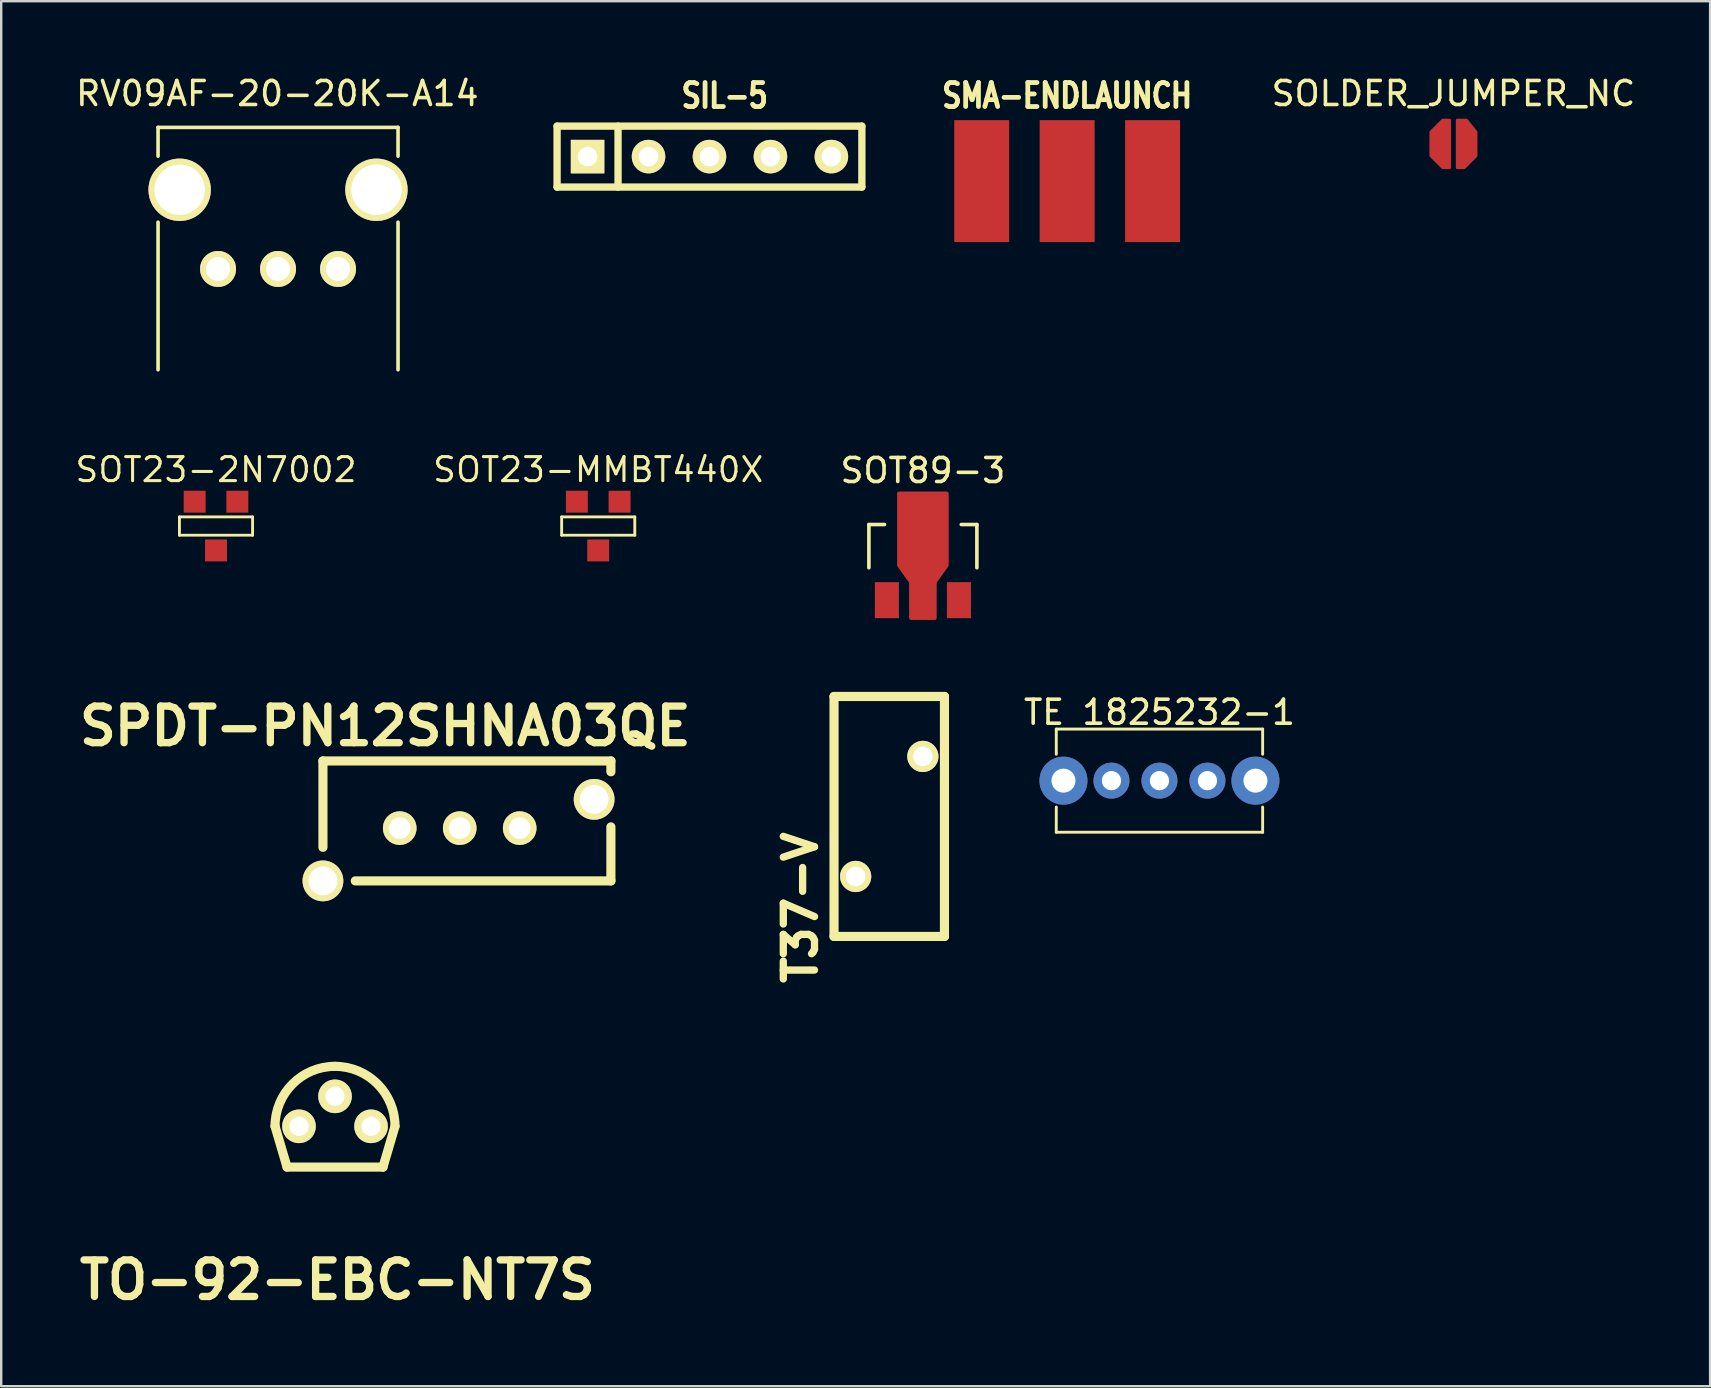
<source format=kicad_pcb>
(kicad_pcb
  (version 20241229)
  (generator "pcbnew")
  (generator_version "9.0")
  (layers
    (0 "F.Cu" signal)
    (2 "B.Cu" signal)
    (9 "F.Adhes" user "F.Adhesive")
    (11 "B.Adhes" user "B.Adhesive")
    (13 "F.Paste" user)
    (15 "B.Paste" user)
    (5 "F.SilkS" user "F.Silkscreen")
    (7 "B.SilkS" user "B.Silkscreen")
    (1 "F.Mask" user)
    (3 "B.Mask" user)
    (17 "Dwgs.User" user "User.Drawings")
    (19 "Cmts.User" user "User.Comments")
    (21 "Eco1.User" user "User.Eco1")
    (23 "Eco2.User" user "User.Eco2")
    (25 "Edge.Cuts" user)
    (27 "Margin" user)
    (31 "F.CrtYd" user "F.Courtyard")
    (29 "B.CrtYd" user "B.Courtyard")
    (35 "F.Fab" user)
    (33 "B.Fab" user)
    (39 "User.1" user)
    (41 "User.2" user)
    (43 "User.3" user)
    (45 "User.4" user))
  (footprint "SOLDER_JUMPER_NC"
    (layer "F.Cu")
    (at 57.515 2.948)
    (property "Reference" "SOLDER_JUMPER_NC" (at 0 -2.1 0) (layer "F.SilkS") (effects (font (size 1 1) (thickness 0.15))))
    (attr through_hole)
    (pad "1" smd custom (at -0.32 0) (size 0.3 0.3) (layers "F.Cu" "F.Mask") (options (anchor rect)) (primitives (gr_poly (pts (xy 0.17 1) (xy -0.13 1) (xy -0.63 0.5) (xy -0.63 -0.5) (xy -0.13 -1) (xy 0.17 -1)) (width 0.1) (fill yes))))
    (pad "2" smd custom (at 0.32 0) (size 0.3 0.3) (layers "F.Cu" "F.Mask") (options (anchor rect)) (primitives (gr_poly (pts (xy 0.63 -0.5) (xy 0.63 0.5) (xy 0.13 1) (xy -0.17 1) (xy -0.17 -1) (xy 0.23 -1)) (width 0.1) (fill yes)))))
  (footprint "TO-92-EBC-NT7S"
    (layer "F.Cu")
    (at 10.91 43.884)
    (property "Reference" "TO-92-EBC-NT7S" (at 0.099 6.401 0) (layer "F.SilkS") (effects (font (size 1.524 1.524) (thickness 0.305))))
    (attr through_hole)
    (fp_line (start -1.999 1.699) (end -2.499 0) (stroke (width 0.381) (type solid)) (layer "F.SilkS"))
    (fp_line (start -1.999 1.699) (end 1.999 1.699) (stroke (width 0.381) (type solid)) (layer "F.SilkS"))
    (fp_line (start 1.999 1.699) (end 2.499 0) (stroke (width 0.381) (type solid)) (layer "F.SilkS"))
    (fp_arc (start -2.49936 0) (mid -1.767314 -1.767314) (end 0 -2.49936) (stroke (width 0.381) (type solid)) (layer "F.SilkS"))
    (fp_arc (start 0 -2.49936) (mid 1.767314 -1.767314) (end 2.49936 0) (stroke (width 0.381) (type solid)) (layer "F.SilkS"))
    (pad "1" thru_hole circle (at -1.501 0) (size 1.4 1.4) (drill 0.8) (layers "*.Cu" "*.Mask" "F.SilkS"))
    (pad "2" thru_hole circle (at 0 -1.25) (size 1.4 1.4) (drill 0.8) (layers "*.Cu" "*.Mask" "F.SilkS"))
    (pad "3" thru_hole circle (at 1.501 0) (size 1.4 1.4) (drill 0.8) (layers "*.Cu" "*.Mask" "F.SilkS")))
  (footprint "T37-V"
    (layer "F.Cu")
    (at 34.005 35.972)
    (property "Reference" "T37-V" (at -3.7 -1.2 90) (layer "F.SilkS") (effects (font (size 1.3 1.3) (thickness 0.305))))
    (attr through_hole)
    (fp_line (start -2.301 -10) (end -2.301 0) (stroke (width 0.381) (type solid)) (layer "F.SilkS"))
    (fp_line (start -2.301 0) (end 2.301 0) (stroke (width 0.381) (type solid)) (layer "F.SilkS"))
    (fp_line (start 2.301 -10) (end -2.301 -10) (stroke (width 0.381) (type solid)) (layer "F.SilkS"))
    (fp_line (start 2.301 0) (end 2.301 -10) (stroke (width 0.381) (type solid)) (layer "F.SilkS"))
    (pad "1" thru_hole circle (at -1.4 -2.499) (size 1.3 1.3) (drill 0.813) (layers "*.Cu" "*.Mask" "F.SilkS"))
    (pad "2" thru_hole circle (at 1.4 -7.501) (size 1.3 1.3) (drill 0.813) (layers "*.Cu" "*.Mask" "F.SilkS")))
  (footprint "SIL-5"
    (layer "F.Cu")
    (at 27.784 3.476)
    (property "Reference" "SIL-5" (at -0.635 -2.54 0) (layer "F.SilkS") (effects (font (size 1 0.8) (thickness 0.2))))
    (attr through_hole)
    (fp_line (start -7.62 -1.27) (end 5.08 -1.27) (stroke (width 0.305) (type solid)) (layer "F.SilkS"))
    (fp_line (start -7.62 1.27) (end -7.62 -1.27) (stroke (width 0.305) (type solid)) (layer "F.SilkS"))
    (fp_line (start -5.08 1.27) (end -5.08 -1.27) (stroke (width 0.305) (type solid)) (layer "F.SilkS"))
    (fp_line (start 5.08 -1.27) (end 5.08 1.27) (stroke (width 0.305) (type solid)) (layer "F.SilkS"))
    (fp_line (start 5.08 1.27) (end -7.62 1.27) (stroke (width 0.305) (type solid)) (layer "F.SilkS"))
    (pad "1" thru_hole rect (at -6.35 0) (size 1.397 1.397) (drill 0.813) (layers "*.Cu" "*.Mask" "F.SilkS"))
    (pad "2" thru_hole circle (at -3.81 0) (size 1.397 1.397) (drill 0.813) (layers "*.Cu" "*.Mask" "F.SilkS"))
    (pad "3" thru_hole circle (at -1.27 0) (size 1.397 1.397) (drill 0.813) (layers "*.Cu" "*.Mask" "F.SilkS"))
    (pad "4" thru_hole circle (at 1.27 0) (size 1.397 1.397) (drill 0.813) (layers "*.Cu" "*.Mask" "F.SilkS"))
    (pad "5" thru_hole circle (at 3.81 0) (size 1.397 1.397) (drill 0.813) (layers "*.Cu" "*.Mask" "F.SilkS")))
  (footprint "SMA-ENDLAUNCH"
    (layer "F.Cu")
    (at 41.418 7.036)
    (property "Reference" "SMA-ENDLAUNCH" (at 0 -6.1 0) (layer "F.SilkS") (effects (font (size 1 0.8) (thickness 0.2))))
    (attr through_hole)
    (pad "1" smd rect (at 0 -2.54) (size 2.29 5.08) (layers "F.Cu" "F.Mask" "F.Paste"))
    (pad "2" smd rect (at -3.56 -2.54) (size 2.29 5.08) (layers "F.Cu" "F.Mask" "F.Paste"))
    (pad "2" smd rect (at 3.56 -2.54) (size 2.29 5.08) (layers "F.Cu" "F.Mask" "F.Paste")))
  (footprint "SOT23-MMBT440X"
    (layer "F.Cu")
    (at 21.878 18.871)
    (property "Reference" "SOT23-MMBT440X" (at 0 -2.35 0) (layer "F.SilkS") (effects (font (size 1 1) (thickness 0.13))))
    (attr smd)
    (fp_line (start -1.524 -0.381) (end 1.524 -0.381) (stroke (width 0.119) (type solid)) (layer "F.SilkS"))
    (fp_line (start -1.524 0.381) (end -1.524 -0.381) (stroke (width 0.119) (type solid)) (layer "F.SilkS"))
    (fp_line (start 1.524 -0.381) (end 1.524 0.381) (stroke (width 0.119) (type solid)) (layer "F.SilkS"))
    (fp_line (start 1.524 0.381) (end -1.524 0.381) (stroke (width 0.119) (type solid)) (layer "F.SilkS"))
    (pad "1" smd rect (at -0.889 -1.016) (size 0.914 0.914) (layers "F.Cu" "F.Mask" "F.Paste"))
    (pad "2" smd rect (at 0.889 -1.016) (size 0.914 0.914) (layers "F.Cu" "F.Mask" "F.Paste"))
    (pad "3" smd rect (at 0 1.016) (size 0.914 0.914) (layers "F.Cu" "F.Mask" "F.Paste")))
  (footprint "TE 1825232-1"
    (layer "F.Cu")
    (at 45.265 29.48)
    (property "Reference" "TE 1825232-1" (at 0 -2.85 0) (layer "F.SilkS") (effects (font (size 1 1) (thickness 0.15))))
    (attr through_hole)
    (fp_line (start -4.3 -2.15) (end -4.3 -1.1) (stroke (width 0.12) (type solid)) (layer "F.SilkS"))
    (fp_line (start -4.3 -2.15) (end 4.3 -2.15) (stroke (width 0.12) (type solid)) (layer "F.SilkS"))
    (fp_line (start -4.3 2.15) (end -4.3 1.1) (stroke (width 0.12) (type solid)) (layer "F.SilkS"))
    (fp_line (start -4.3 2.15) (end 4.3 2.15) (stroke (width 0.12) (type solid)) (layer "F.SilkS"))
    (fp_line (start 4.3 -2.15) (end 4.3 -1.1) (stroke (width 0.12) (type solid)) (layer "F.SilkS"))
    (fp_line (start 4.3 2.15) (end 4.3 1.1) (stroke (width 0.12) (type solid)) (layer "F.SilkS"))
    (pad "" thru_hole circle (at -4 0) (size 2 2) (drill 1) (layers "*.Cu" "*.Mask"))
    (pad "" thru_hole circle (at 4 0) (size 2 2) (drill 1) (layers "*.Cu" "*.Mask"))
    (pad "1" thru_hole circle (at 0 0) (size 1.5 1.5) (drill 0.8) (layers "*.Cu" "*.Mask"))
    (pad "2" thru_hole circle (at -2 0) (size 1.5 1.5) (drill 0.8) (layers "*.Cu" "*.Mask"))
    (pad "3" thru_hole circle (at 2 0) (size 1.5 1.5) (drill 0.8) (layers "*.Cu" "*.Mask")))
  (footprint "RV09AF-20-20K-A14"
    (layer "F.Cu")
    (at 8.536 12.458)
    (property "Reference" "RV09AF-20-20K-A14" (at -0.03 -11.61 0) (layer "F.SilkS") (effects (font (size 1 1) (thickness 0.15))))
    (attr through_hole)
    (fp_line (start -5 -10.2) (end 5 -10.2) (stroke (width 0.15) (type solid)) (layer "F.SilkS"))
    (fp_line (start -5 -9) (end -5 -10.2) (stroke (width 0.15) (type solid)) (layer "F.SilkS"))
    (fp_line (start -5 -0.1) (end -5 -6.25) (stroke (width 0.15) (type solid)) (layer "F.SilkS"))
    (fp_line (start 5 -10.2) (end 5 -9) (stroke (width 0.15) (type solid)) (layer "F.SilkS"))
    (fp_line (start 5 -0.1) (end 5 -6.25) (stroke (width 0.15) (type solid)) (layer "F.SilkS"))
    (pad "" np_thru_hole circle (at -4.1 -7.6) (size 2.6 2.6) (drill 2.1) (layers "*.Cu" "*.Mask" "F.SilkS"))
    (pad "" np_thru_hole circle (at 4.1 -7.6) (size 2.6 2.6) (drill 2.1) (layers "*.Cu" "*.Mask" "F.SilkS"))
    (pad "1" thru_hole circle (at 2.5 -4.3) (size 1.5 1.5) (drill 1) (layers "*.Cu" "*.Mask" "F.SilkS"))
    (pad "2" thru_hole circle (at 0 -4.3) (size 1.5 1.5) (drill 1) (layers "*.Cu" "*.Mask" "F.SilkS"))
    (pad "3" thru_hole circle (at -2.5 -4.3) (size 1.5 1.5) (drill 1) (layers "*.Cu" "*.Mask" "F.SilkS")))
  (footprint "SOT23-2N7002"
    (layer "F.Cu")
    (at 5.951 18.871)
    (property "Reference" "SOT23-2N7002" (at 0 -2.35 0) (layer "F.SilkS") (effects (font (size 1 1) (thickness 0.13))))
    (attr smd)
    (fp_line (start -1.524 -0.381) (end 1.524 -0.381) (stroke (width 0.119) (type solid)) (layer "F.SilkS"))
    (fp_line (start -1.524 0.381) (end -1.524 -0.381) (stroke (width 0.119) (type solid)) (layer "F.SilkS"))
    (fp_line (start 1.524 -0.381) (end 1.524 0.381) (stroke (width 0.119) (type solid)) (layer "F.SilkS"))
    (fp_line (start 1.524 0.381) (end -1.524 0.381) (stroke (width 0.119) (type solid)) (layer "F.SilkS"))
    (pad "1" smd rect (at -0.889 -1.016) (size 0.914 0.914) (layers "F.Cu" "F.Mask" "F.Paste"))
    (pad "2" smd rect (at 0.889 -1.016) (size 0.914 0.914) (layers "F.Cu" "F.Mask" "F.Paste"))
    (pad "3" smd rect (at 0 1.016) (size 0.914 0.914) (layers "F.Cu" "F.Mask" "F.Paste")))
  (footprint "SPDT-PN12SHNA03QE"
    (layer "F.Cu")
    (at 9.406 34.658)
    (property "Reference" "SPDT-PN12SHNA03QE" (at 3.599 -7.45 0) (layer "F.SilkS") (effects (font (size 1.524 1.524) (thickness 0.305))))
    (attr through_hole)
    (fp_line (start 1.001 -5.999) (end 1.001 -2.4) (stroke (width 0.381) (type solid)) (layer "F.SilkS"))
    (fp_line (start 1.001 -5.999) (end 13 -5.999) (stroke (width 0.381) (type solid)) (layer "F.SilkS"))
    (fp_line (start 13 -5.999) (end 13 -5.55) (stroke (width 0.381) (type solid)) (layer "F.SilkS"))
    (fp_line (start 13 -3.251) (end 13 -1.001) (stroke (width 0.381) (type solid)) (layer "F.SilkS"))
    (fp_line (start 13 -1.001) (end 2.349 -1.001) (stroke (width 0.381) (type solid)) (layer "F.SilkS"))
    (pad "" thru_hole circle (at 1.001 -1.001) (size 1.699 1.699) (drill 1.199) (layers "*.Cu" "*.Mask" "F.SilkS"))
    (pad "" thru_hole circle (at 12.301 -4.399) (size 1.699 1.699) (drill 1.199) (layers "*.Cu" "*.Mask" "F.SilkS"))
    (pad "1" thru_hole circle (at 4.201 -3.2) (size 1.4 1.4) (drill 0.899) (layers "*.Cu" "*.Mask" "F.SilkS"))
    (pad "2" thru_hole circle (at 6.701 -3.2) (size 1.4 1.4) (drill 0.899) (layers "*.Cu" "*.Mask" "F.SilkS"))
    (pad "3" thru_hole circle (at 9.2 -3.2) (size 1.4 1.4) (drill 0.899) (layers "*.Cu" "*.Mask" "F.SilkS")))
  (footprint "SOT89-3"
    (layer "F.Cu")
    (at 35.407 20.107)
    (property "Reference" "SOT89-3" (at 0 -3.55 0) (layer "F.SilkS") (effects (font (size 1 1) (thickness 0.15))))
    (attr smd)
    (fp_line (start -2.25 -1.3) (end -2.25 0.5) (stroke (width 0.15) (type solid)) (layer "F.SilkS"))
    (fp_line (start -2.25 -1.3) (end -1.6 -1.3) (stroke (width 0.15) (type solid)) (layer "F.SilkS"))
    (fp_line (start 2.25 -1.3) (end 1.6 -1.3) (stroke (width 0.15) (type solid)) (layer "F.SilkS"))
    (fp_line (start 2.25 -1.3) (end 2.25 0.5) (stroke (width 0.15) (type solid)) (layer "F.SilkS"))
    (pad "1" smd custom (at 0 1.8) (size 1 1) (layers "F.Cu" "F.Mask" "F.Paste") (options (anchor rect)) (primitives (gr_poly (pts (xy -1 -4.4) (xy 1 -4.4) (xy 1 -1.4) (xy 0.5 -0.7) (xy 0.5 0.8) (xy -0.5 0.8) (xy -0.5 -0.7) (xy -1 -1.4)) (width 0.15) (fill yes))))
    (pad "2" smd rect (at -1.501 1.852) (size 1.001 1.501) (layers "F.Cu" "F.Mask" "F.Paste"))
    (pad "3" smd rect (at 1.501 1.852) (size 1.001 1.501) (layers "F.Cu" "F.Mask" "F.Paste")))
  (gr_rect
    (start -3 -3)
    (end 68.211 54.712)
    (stroke (width 0.1) (type default))
    (fill no)
    (layer "Edge.Cuts")))
</source>
